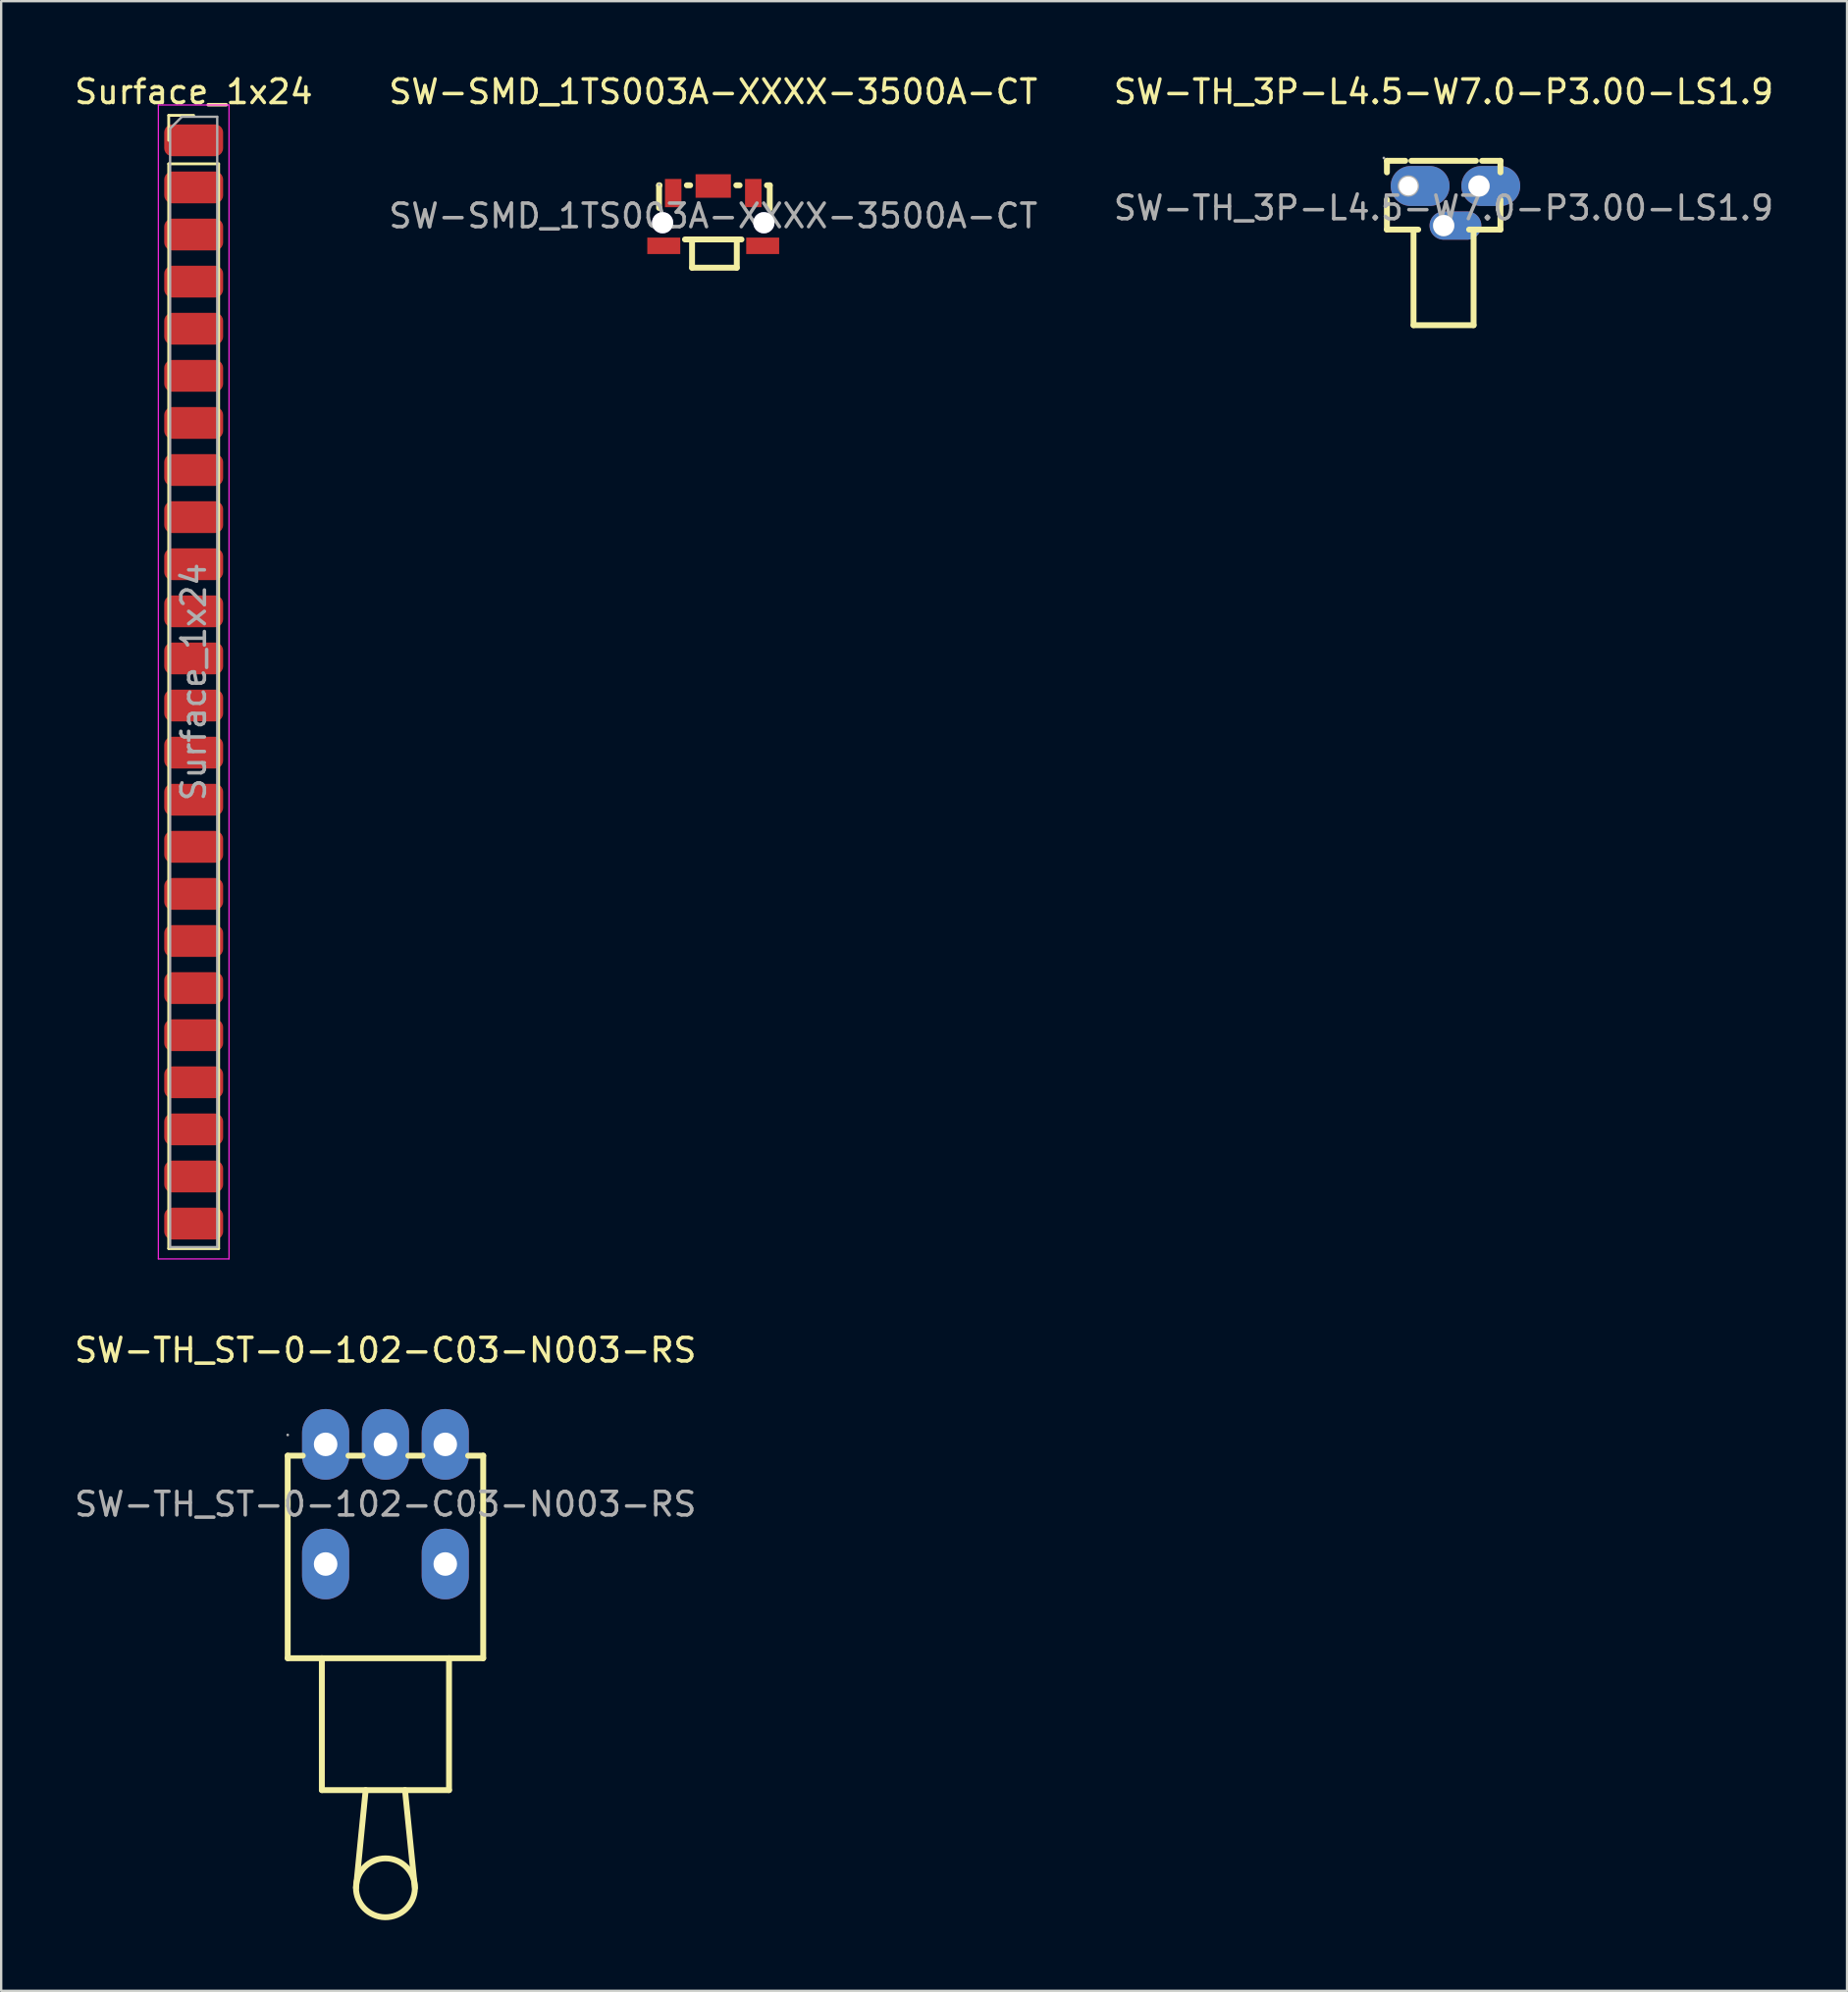
<source format=kicad_pcb>
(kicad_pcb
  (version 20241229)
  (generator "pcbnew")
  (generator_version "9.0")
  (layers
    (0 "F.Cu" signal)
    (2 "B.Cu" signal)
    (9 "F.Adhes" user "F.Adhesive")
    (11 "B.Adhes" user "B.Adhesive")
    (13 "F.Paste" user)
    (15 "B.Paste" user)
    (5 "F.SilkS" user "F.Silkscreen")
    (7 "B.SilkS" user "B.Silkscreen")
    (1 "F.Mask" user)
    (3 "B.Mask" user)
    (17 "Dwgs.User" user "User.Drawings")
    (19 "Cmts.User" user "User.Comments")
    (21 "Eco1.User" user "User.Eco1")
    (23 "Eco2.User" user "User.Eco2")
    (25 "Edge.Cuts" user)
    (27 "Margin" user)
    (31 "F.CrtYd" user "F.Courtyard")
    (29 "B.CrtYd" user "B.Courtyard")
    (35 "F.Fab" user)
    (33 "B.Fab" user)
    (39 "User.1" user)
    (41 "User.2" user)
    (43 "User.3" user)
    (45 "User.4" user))
  (footprint "Surface_1x24"
    (layer "F.Cu")
    (at 5.173 2.908)
    (property "Reference" "Surface_1x24" (at 0 -2.06 0) (layer "F.SilkS") (effects (font (size 1 1) (thickness 0.15))))
    (attr through_hole)
    (fp_line (start -1.06 -1.06) (end 0 -1.06) (stroke (width 0.12) (type solid)) (layer "F.SilkS"))
    (fp_line (start -1.06 0) (end -1.06 -1.06) (stroke (width 0.12) (type solid)) (layer "F.SilkS"))
    (fp_line (start -1.06 1) (end -1.06 47.06) (stroke (width 0.12) (type solid)) (layer "F.SilkS"))
    (fp_line (start -1.06 1) (end 1.06 1) (stroke (width 0.12) (type solid)) (layer "F.SilkS"))
    (fp_line (start -1.06 47.06) (end 1.06 47.06) (stroke (width 0.12) (type solid)) (layer "F.SilkS"))
    (fp_line (start 1.06 1) (end 1.06 47.06) (stroke (width 0.12) (type solid)) (layer "F.SilkS"))
    (fp_line (start -1.5 -1.5) (end -1.5 47.5) (stroke (width 0.05) (type solid)) (layer "F.CrtYd"))
    (fp_line (start -1.5 47.5) (end 1.5 47.5) (stroke (width 0.05) (type solid)) (layer "F.CrtYd"))
    (fp_line (start 1.5 -1.5) (end -1.5 -1.5) (stroke (width 0.05) (type solid)) (layer "F.CrtYd"))
    (fp_line (start 1.5 47.5) (end 1.5 -1.5) (stroke (width 0.05) (type solid)) (layer "F.CrtYd"))
    (fp_line (start -1 -0.5) (end -0.5 -1) (stroke (width 0.1) (type solid)) (layer "F.Fab"))
    (fp_line (start -1 47) (end -1 -0.5) (stroke (width 0.1) (type solid)) (layer "F.Fab"))
    (fp_line (start -0.5 -1) (end 1 -1) (stroke (width 0.1) (type solid)) (layer "F.Fab"))
    (fp_line (start 1 -1) (end 1 47) (stroke (width 0.1) (type solid)) (layer "F.Fab"))
    (fp_line (start 1 47) (end -1 47) (stroke (width 0.1) (type solid)) (layer "F.Fab"))
    (fp_text user "${REFERENCE}" (at 0 23 90) (layer "F.Fab") (effects (font (size 1 1) (thickness 0.15))))
    (pad "1" smd roundrect (at 0 0) (size 2.5 1.35) (layers "F.Cu" "F.Mask" "F.Paste") (roundrect_rratio 0.25))
    (pad "2" smd roundrect (at 0 2) (size 2.5 1.35) (layers "F.Cu" "F.Mask" "F.Paste") (roundrect_rratio 0.25))
    (pad "3" smd roundrect (at 0 4) (size 2.5 1.35) (layers "F.Cu" "F.Mask" "F.Paste") (roundrect_rratio 0.25))
    (pad "4" smd roundrect (at 0 6) (size 2.5 1.35) (layers "F.Cu" "F.Mask" "F.Paste") (roundrect_rratio 0.25))
    (pad "5" smd roundrect (at 0 8) (size 2.5 1.35) (layers "F.Cu" "F.Mask" "F.Paste") (roundrect_rratio 0.25))
    (pad "6" smd roundrect (at 0 10) (size 2.5 1.35) (layers "F.Cu" "F.Mask" "F.Paste") (roundrect_rratio 0.25))
    (pad "7" smd roundrect (at 0 12) (size 2.5 1.35) (layers "F.Cu" "F.Mask" "F.Paste") (roundrect_rratio 0.25))
    (pad "8" smd roundrect (at 0 14) (size 2.5 1.35) (layers "F.Cu" "F.Mask" "F.Paste") (roundrect_rratio 0.25))
    (pad "9" smd roundrect (at 0 16) (size 2.5 1.35) (layers "F.Cu" "F.Mask" "F.Paste") (roundrect_rratio 0.25))
    (pad "10" smd roundrect (at 0 18) (size 2.5 1.35) (layers "F.Cu" "F.Mask" "F.Paste") (roundrect_rratio 0.25))
    (pad "11" smd roundrect (at 0 20) (size 2.5 1.35) (layers "F.Cu" "F.Mask" "F.Paste") (roundrect_rratio 0.25))
    (pad "12" smd roundrect (at 0 22) (size 2.5 1.35) (layers "F.Cu" "F.Mask" "F.Paste") (roundrect_rratio 0.25))
    (pad "13" smd roundrect (at 0 24) (size 2.5 1.35) (layers "F.Cu" "F.Mask" "F.Paste") (roundrect_rratio 0.25))
    (pad "14" smd roundrect (at 0 26) (size 2.5 1.35) (layers "F.Cu" "F.Mask" "F.Paste") (roundrect_rratio 0.25))
    (pad "15" smd roundrect (at 0 28) (size 2.5 1.35) (layers "F.Cu" "F.Mask" "F.Paste") (roundrect_rratio 0.25))
    (pad "16" smd roundrect (at 0 30) (size 2.5 1.35) (layers "F.Cu" "F.Mask" "F.Paste") (roundrect_rratio 0.25))
    (pad "17" smd roundrect (at 0 32) (size 2.5 1.35) (layers "F.Cu" "F.Mask" "F.Paste") (roundrect_rratio 0.25))
    (pad "18" smd roundrect (at 0 34) (size 2.5 1.35) (layers "F.Cu" "F.Mask" "F.Paste") (roundrect_rratio 0.25))
    (pad "19" smd roundrect (at 0 36) (size 2.5 1.35) (layers "F.Cu" "F.Mask" "F.Paste") (roundrect_rratio 0.25))
    (pad "20" smd roundrect (at 0 38) (size 2.5 1.35) (layers "F.Cu" "F.Mask" "F.Paste") (roundrect_rratio 0.25))
    (pad "21" smd roundrect (at 0 40) (size 2.5 1.35) (layers "F.Cu" "F.Mask" "F.Paste") (roundrect_rratio 0.25))
    (pad "22" smd roundrect (at 0 42) (size 2.5 1.35) (layers "F.Cu" "F.Mask" "F.Paste") (roundrect_rratio 0.25))
    (pad "23" smd roundrect (at 0 44) (size 2.5 1.35) (layers "F.Cu" "F.Mask" "F.Paste") (roundrect_rratio 0.25))
    (pad "24" smd roundrect (at 0 46) (size 2.5 1.35) (layers "F.Cu" "F.Mask" "F.Paste") (roundrect_rratio 0.25)))
  (footprint "SW-TH_ST-0-102-C03-N003-RS"
    (layer "F.Cu")
    (at 13.315 60.822)
    (property "Reference" "SW-TH_ST-0-102-C03-N003-RS" (at 0 -6.54 0) (layer "F.SilkS") (effects (font (size 1 1) (thickness 0.15))))
    (attr through_hole)
    (fp_line (start -4.15 -2.06) (end -3.51 -2.06) (stroke (width 0.25) (type solid)) (layer "F.SilkS"))
    (fp_line (start -4.15 6.54) (end -4.15 -2.06) (stroke (width 0.25) (type solid)) (layer "F.SilkS"))
    (fp_line (start -4.15 6.54) (end 4.15 6.54) (stroke (width 0.25) (type solid)) (layer "F.SilkS"))
    (fp_line (start -2.7 6.54) (end -2.7 12.14) (stroke (width 0.25) (type solid)) (layer "F.SilkS"))
    (fp_line (start -2.7 12.14) (end 2.7 12.14) (stroke (width 0.25) (type solid)) (layer "F.SilkS"))
    (fp_line (start -1.57 -2.06) (end -0.97 -2.06) (stroke (width 0.25) (type solid)) (layer "F.SilkS"))
    (fp_line (start -1.25 16.29) (end -0.84 12.14) (stroke (width 0.25) (type solid)) (layer "F.SilkS"))
    (fp_line (start 0.97 -2.06) (end 1.57 -2.06) (stroke (width 0.25) (type solid)) (layer "F.SilkS"))
    (fp_line (start 1.25 16.29) (end 0.83 12.14) (stroke (width 0.25) (type solid)) (layer "F.SilkS"))
    (fp_line (start 2.7 6.54) (end 2.7 12.14) (stroke (width 0.25) (type solid)) (layer "F.SilkS"))
    (fp_line (start 3.51 -2.06) (end 4.15 -2.06) (stroke (width 0.25) (type solid)) (layer "F.SilkS"))
    (fp_line (start 4.15 6.54) (end 4.15 -2.06) (stroke (width 0.25) (type solid)) (layer "F.SilkS"))
    (fp_arc (start 1.24981 16.311816) (mid -1.249953 16.279092) (end 1.25 16.29) (stroke (width 0.25) (type solid)) (layer "F.SilkS"))
    (fp_circle (center -4.15 -2.94) (end -4.12 -2.94) (stroke (width 0.06) (type solid)) (fill no) (layer "F.Fab"))
    (fp_text user "${REFERENCE}" (at 0 0 0) (layer "F.Fab") (effects (font (size 1 1) (thickness 0.15))))
    (pad "1" thru_hole oval (at -2.54 -2.54) (size 2 3) (drill 1) (layers "*.Cu" "*.Paste" "*.Mask"))
    (pad "2" thru_hole oval (at 0 -2.54) (size 2 3) (drill 1) (layers "*.Cu" "*.Paste" "*.Mask"))
    (pad "3" thru_hole oval (at 2.54 -2.54) (size 2 3) (drill 1) (layers "*.Cu" "*.Paste" "*.Mask"))
    (pad "4" thru_hole oval (at 2.54 2.54) (size 2 3) (drill 1) (layers "*.Cu" "*.Paste" "*.Mask"))
    (pad "5" thru_hole oval (at -2.54 2.54) (size 2 3) (drill 1) (layers "*.Cu" "*.Paste" "*.Mask")))
  (footprint "SW-SMD_1TS003A-XXXX-3500A-CT"
    (layer "F.Cu")
    (at 27.232 6.118)
    (property "Reference" "SW-SMD_1TS003A-XXXX-3500A-CT" (at 0 -5.27 0) (layer "F.SilkS") (effects (font (size 1 1) (thickness 0.15))))
    (attr smd)
    (fp_line (start -2.3 -1.3) (end -2.3 -0.34) (stroke (width 0.25) (type solid)) (layer "F.SilkS"))
    (fp_line (start -2.3 -1.3) (end -2.28 -1.3) (stroke (width 0.25) (type solid)) (layer "F.SilkS"))
    (fp_line (start -1.2 1) (end -0.9 1) (stroke (width 0.25) (type solid)) (layer "F.SilkS"))
    (fp_line (start -1.12 -1.3) (end -0.98 -1.3) (stroke (width 0.25) (type solid)) (layer "F.SilkS"))
    (fp_line (start -0.9 1) (end -0.9 2.2) (stroke (width 0.25) (type solid)) (layer "F.SilkS"))
    (fp_line (start -0.9 1) (end 1 1) (stroke (width 0.25) (type solid)) (layer "F.SilkS"))
    (fp_line (start -0.9 2.2) (end 1 2.2) (stroke (width 0.25) (type solid)) (layer "F.SilkS"))
    (fp_line (start 0.98 -1.3) (end 1.12 -1.3) (stroke (width 0.25) (type solid)) (layer "F.SilkS"))
    (fp_line (start 1 1) (end 1.2 1) (stroke (width 0.25) (type solid)) (layer "F.SilkS"))
    (fp_line (start 1 2.2) (end 1 1) (stroke (width 0.25) (type solid)) (layer "F.SilkS"))
    (fp_line (start 2.28 -1.3) (end 2.4 -1.3) (stroke (width 0.25) (type solid)) (layer "F.SilkS"))
    (fp_line (start 2.4 -1.3) (end 2.4 -0.31) (stroke (width 0.25) (type solid)) (layer "F.SilkS"))
    (fp_circle (center -2.3 -1.33) (end -2.27 -1.33) (stroke (width 0.06) (type solid)) (fill no) (layer "F.Fab"))
    (fp_text user "${REFERENCE}" (at 0 0 0) (layer "F.Fab") (effects (font (size 1 1) (thickness 0.15))))
    (pad "" thru_hole circle (at -2.15 0.29) (size 0.9 0.9) (drill 0.9) (layers "*.Cu" "*.Mask"))
    (pad "" thru_hole circle (at 2.15 0.29) (size 0.9 0.9) (drill 0.9) (layers "*.Cu" "*.Mask"))
    (pad "3" smd rect (at 0 -1.27 90) (size 1 1.5) (layers "F.Cu" "F.Mask" "F.Paste"))
    (pad "4" smd rect (at -2.1 1.27 90) (size 0.7 1.4) (layers "F.Cu" "F.Mask" "F.Paste"))
    (pad "5" smd rect (at 2.1 1.27 90) (size 0.7 1.4) (layers "F.Cu" "F.Mask" "F.Paste"))
    (pad "A" smd rect (at 1.7 -0.97) (size 0.7 1.2) (layers "F.Cu" "F.Mask" "F.Paste"))
    (pad "B" smd rect (at -1.7 -0.97) (size 0.7 1.2) (layers "F.Cu" "F.Mask" "F.Paste")))
  (footprint "SW-TH_3P-L4.5-W7.0-P3.00-LS1.9"
    (layer "F.Cu")
    (at 58.244 5.778)
    (property "Reference" "SW-TH_3P-L4.5-W7.0-P3.00-LS1.9" (at 0 -4.93 0) (layer "F.SilkS") (effects (font (size 1 1) (thickness 0.15))))
    (attr through_hole)
    (fp_line (start -2.41 -2) (end -2.41 -1.51) (stroke (width 0.25) (type solid)) (layer "F.SilkS"))
    (fp_line (start -2.41 -2) (end -1.63 -2) (stroke (width 0.25) (type solid)) (layer "F.SilkS"))
    (fp_line (start -2.41 -0.35) (end -2.41 0.92) (stroke (width 0.25) (type solid)) (layer "F.SilkS"))
    (fp_line (start -2.41 0.92) (end -1.08 0.92) (stroke (width 0.25) (type solid)) (layer "F.SilkS"))
    (fp_line (start -1.37 -2) (end 1.37 -2) (stroke (width 0.25) (type solid)) (layer "F.SilkS"))
    (fp_line (start -1.28 0.92) (end -1.28 4.98) (stroke (width 0.25) (type solid)) (layer "F.SilkS"))
    (fp_line (start -1.28 4.98) (end 1.27 4.98) (stroke (width 0.25) (type solid)) (layer "F.SilkS"))
    (fp_line (start 1.08 0.92) (end 2.41 0.92) (stroke (width 0.25) (type solid)) (layer "F.SilkS"))
    (fp_line (start 1.27 4.98) (end 1.27 0.92) (stroke (width 0.25) (type solid)) (layer "F.SilkS"))
    (fp_line (start 1.63 -2) (end 2.41 -2) (stroke (width 0.25) (type solid)) (layer "F.SilkS"))
    (fp_line (start 2.41 -1.51) (end 2.41 -2) (stroke (width 0.25) (type solid)) (layer "F.SilkS"))
    (fp_line (start 2.41 0.92) (end 2.41 -0.35) (stroke (width 0.25) (type solid)) (layer "F.SilkS"))
    (fp_circle (center -2.54 -2.12) (end -2.51 -2.12) (stroke (width 0.06) (type solid)) (fill no) (layer "F.Fab"))
    (fp_circle (center -1.5 -0.93) (end -1.27 -0.93) (stroke (width 0.45) (type solid)) (fill no) (layer "F.Fab"))
    (fp_circle (center 0 0.75) (end 0.23 0.75) (stroke (width 0.45) (type solid)) (fill no) (layer "F.Fab"))
    (fp_circle (center 1.5 -0.93) (end 1.73 -0.93) (stroke (width 0.45) (type solid)) (fill no) (layer "F.Fab"))
    (fp_text user "${REFERENCE}" (at 0 0 0) (layer "F.Fab") (effects (font (size 1 1) (thickness 0.15))))
    (pad "1" thru_hole oval (at -1.5 -0.93 270) (size 1.7 2.5) (drill 0.8 (offset 0 -0.5)) (layers "*.Cu" "*.Paste" "*.Mask"))
    (pad "2" thru_hole oval (at 1.5 -0.93 270) (size 1.7 2.5) (drill 0.9 (offset 0 -0.5)) (layers "*.Cu" "*.Paste" "*.Mask"))
    (pad "3" thru_hole oval (at 0 0.75 90) (size 1.2 2.2) (drill 0.9 (offset 0 0.5)) (layers "*.Cu" "*.Paste" "*.Mask")))
  (gr_rect
    (start -3 -3)
    (end 75.369 81.487)
    (stroke (width 0.1) (type default))
    (fill no)
    (layer "Edge.Cuts")))
</source>
